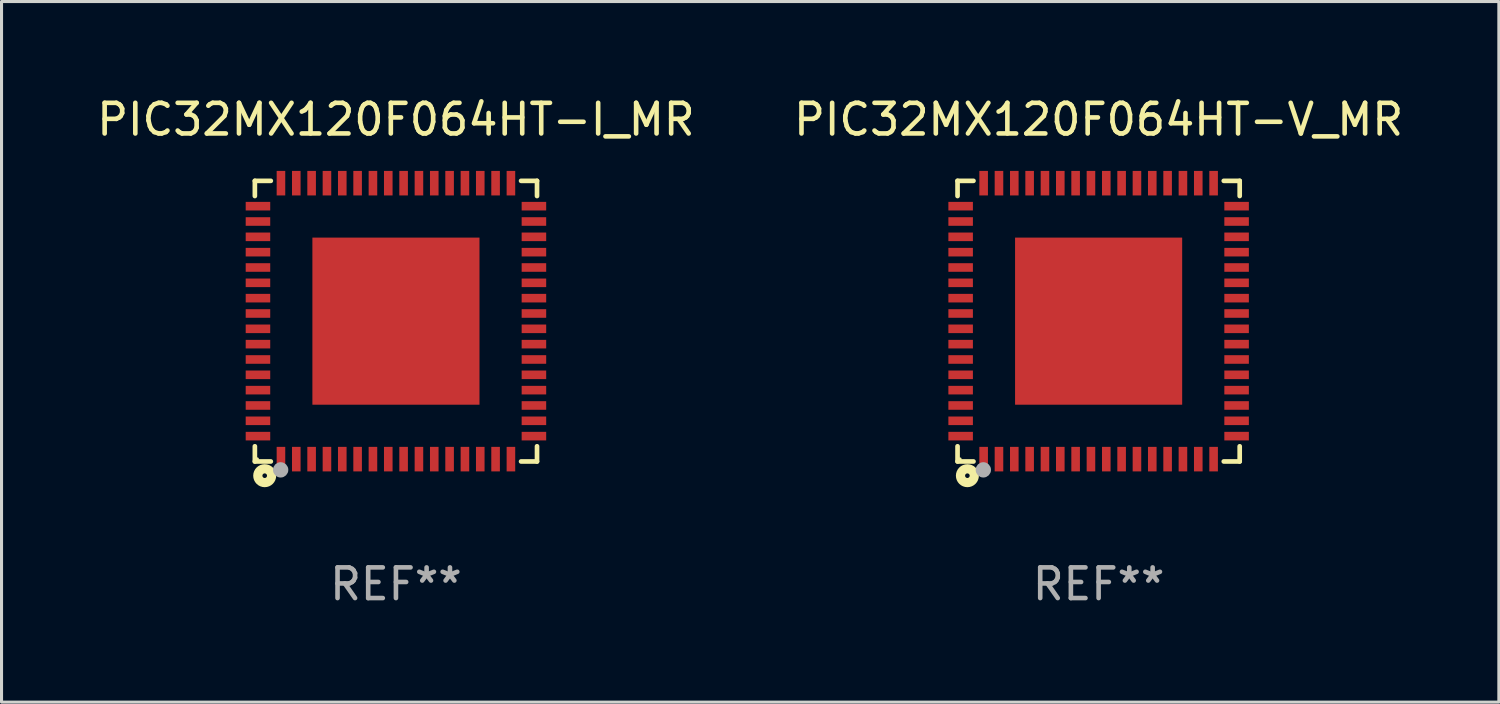
<source format=kicad_pcb>
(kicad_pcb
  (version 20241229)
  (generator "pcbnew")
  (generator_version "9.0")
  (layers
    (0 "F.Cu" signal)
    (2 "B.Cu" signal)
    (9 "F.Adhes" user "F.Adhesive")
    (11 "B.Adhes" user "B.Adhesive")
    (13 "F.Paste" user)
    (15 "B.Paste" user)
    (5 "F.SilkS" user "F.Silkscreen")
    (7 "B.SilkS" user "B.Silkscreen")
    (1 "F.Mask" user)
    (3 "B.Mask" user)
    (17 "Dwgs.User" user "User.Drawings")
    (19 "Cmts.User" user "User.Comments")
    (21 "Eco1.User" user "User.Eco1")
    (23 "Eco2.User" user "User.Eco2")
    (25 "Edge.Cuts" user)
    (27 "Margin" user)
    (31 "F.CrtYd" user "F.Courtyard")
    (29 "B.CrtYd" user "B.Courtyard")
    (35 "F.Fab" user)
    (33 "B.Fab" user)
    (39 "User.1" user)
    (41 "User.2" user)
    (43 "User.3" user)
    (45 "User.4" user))
  (footprint "PIC32MX120F064HT-I_MR"
    (layer "F.Cu")
    (at 9.863 7.424)
    (property "Reference" "PIC32MX120F064HT-I_MR" (at 0 -6.576 0) (layer "F.SilkS") (effects (font (size 1 1) (thickness 0.15))))
    (attr through_hole)
    (fp_line (start -4.601 -4.576) (end -4.081 -4.576) (stroke (width 0.152) (type solid)) (layer "F.SilkS"))
    (fp_line (start -4.601 -4.081) (end -4.601 -4.576) (stroke (width 0.152) (type solid)) (layer "F.SilkS"))
    (fp_line (start -4.601 4.081) (end -4.601 4.576) (stroke (width 0.152) (type solid)) (layer "F.SilkS"))
    (fp_line (start -4.601 4.576) (end -4.081 4.576) (stroke (width 0.152) (type solid)) (layer "F.SilkS"))
    (fp_line (start 4.601 -4.576) (end 4.081 -4.576) (stroke (width 0.152) (type solid)) (layer "F.SilkS"))
    (fp_line (start 4.601 -4.081) (end 4.601 -4.576) (stroke (width 0.152) (type solid)) (layer "F.SilkS"))
    (fp_line (start 4.601 4.081) (end 4.601 4.576) (stroke (width 0.152) (type solid)) (layer "F.SilkS"))
    (fp_line (start 4.601 4.576) (end 4.081 4.576) (stroke (width 0.152) (type solid)) (layer "F.SilkS"))
    (fp_circle (center -4.525 4.5) (end -4.495 4.5) (stroke (width 0.06) (type solid)) (fill no) (layer "F.SilkS"))
    (fp_circle (center -4.28 5.04) (end -4.205 5.04) (stroke (width 0.3) (type solid)) (fill no) (layer "F.SilkS"))
    (fp_circle (center -3.76 4.85) (end -3.635 4.85) (stroke (width 0.25) (type solid)) (fill no) (layer "F.Fab"))
    (fp_text user "REF**" (at 0 8.576 0) (layer "F.Fab") (effects (font (size 1 1) (thickness 0.15))))
    (pad "1" smd rect (at -3.75 4.5) (size 0.28 0.8) (layers "F.Cu" "F.Mask" "F.Paste"))
    (pad "2" smd rect (at -3.25 4.5) (size 0.28 0.8) (layers "F.Cu" "F.Mask" "F.Paste"))
    (pad "3" smd rect (at -2.75 4.5) (size 0.28 0.8) (layers "F.Cu" "F.Mask" "F.Paste"))
    (pad "4" smd rect (at -2.25 4.5) (size 0.28 0.8) (layers "F.Cu" "F.Mask" "F.Paste"))
    (pad "5" smd rect (at -1.75 4.5) (size 0.28 0.8) (layers "F.Cu" "F.Mask" "F.Paste"))
    (pad "6" smd rect (at -1.25 4.5) (size 0.28 0.8) (layers "F.Cu" "F.Mask" "F.Paste"))
    (pad "7" smd rect (at -0.75 4.5) (size 0.28 0.8) (layers "F.Cu" "F.Mask" "F.Paste"))
    (pad "8" smd rect (at -0.25 4.5) (size 0.28 0.8) (layers "F.Cu" "F.Mask" "F.Paste"))
    (pad "9" smd rect (at 0.25 4.5) (size 0.28 0.8) (layers "F.Cu" "F.Mask" "F.Paste"))
    (pad "10" smd rect (at 0.75 4.5) (size 0.28 0.8) (layers "F.Cu" "F.Mask" "F.Paste"))
    (pad "11" smd rect (at 1.25 4.5) (size 0.28 0.8) (layers "F.Cu" "F.Mask" "F.Paste"))
    (pad "12" smd rect (at 1.75 4.5) (size 0.28 0.8) (layers "F.Cu" "F.Mask" "F.Paste"))
    (pad "13" smd rect (at 2.25 4.5) (size 0.28 0.8) (layers "F.Cu" "F.Mask" "F.Paste"))
    (pad "14" smd rect (at 2.75 4.5) (size 0.28 0.8) (layers "F.Cu" "F.Mask" "F.Paste"))
    (pad "15" smd rect (at 3.25 4.5) (size 0.28 0.8) (layers "F.Cu" "F.Mask" "F.Paste"))
    (pad "16" smd rect (at 3.75 4.5) (size 0.28 0.8) (layers "F.Cu" "F.Mask" "F.Paste"))
    (pad "17" smd rect (at 4.5 3.75) (size 0.8 0.28) (layers "F.Cu" "F.Mask" "F.Paste"))
    (pad "18" smd rect (at 4.5 3.25) (size 0.8 0.28) (layers "F.Cu" "F.Mask" "F.Paste"))
    (pad "19" smd rect (at 4.5 2.75) (size 0.8 0.28) (layers "F.Cu" "F.Mask" "F.Paste"))
    (pad "20" smd rect (at 4.5 2.25) (size 0.8 0.28) (layers "F.Cu" "F.Mask" "F.Paste"))
    (pad "21" smd rect (at 4.5 1.75) (size 0.8 0.28) (layers "F.Cu" "F.Mask" "F.Paste"))
    (pad "22" smd rect (at 4.5 1.25) (size 0.8 0.28) (layers "F.Cu" "F.Mask" "F.Paste"))
    (pad "23" smd rect (at 4.5 0.75) (size 0.8 0.28) (layers "F.Cu" "F.Mask" "F.Paste"))
    (pad "24" smd rect (at 4.5 0.25) (size 0.8 0.28) (layers "F.Cu" "F.Mask" "F.Paste"))
    (pad "25" smd rect (at 4.5 -0.25) (size 0.8 0.28) (layers "F.Cu" "F.Mask" "F.Paste"))
    (pad "26" smd rect (at 4.5 -0.75) (size 0.8 0.28) (layers "F.Cu" "F.Mask" "F.Paste"))
    (pad "27" smd rect (at 4.5 -1.25) (size 0.8 0.28) (layers "F.Cu" "F.Mask" "F.Paste"))
    (pad "28" smd rect (at 4.5 -1.75) (size 0.8 0.28) (layers "F.Cu" "F.Mask" "F.Paste"))
    (pad "29" smd rect (at 4.5 -2.25) (size 0.8 0.28) (layers "F.Cu" "F.Mask" "F.Paste"))
    (pad "30" smd rect (at 4.5 -2.75) (size 0.8 0.28) (layers "F.Cu" "F.Mask" "F.Paste"))
    (pad "31" smd rect (at 4.5 -3.25) (size 0.8 0.28) (layers "F.Cu" "F.Mask" "F.Paste"))
    (pad "32" smd rect (at 4.5 -3.75) (size 0.8 0.28) (layers "F.Cu" "F.Mask" "F.Paste"))
    (pad "33" smd rect (at 3.75 -4.5) (size 0.28 0.8) (layers "F.Cu" "F.Mask" "F.Paste"))
    (pad "34" smd rect (at 3.25 -4.5) (size 0.28 0.8) (layers "F.Cu" "F.Mask" "F.Paste"))
    (pad "35" smd rect (at 2.75 -4.5) (size 0.28 0.8) (layers "F.Cu" "F.Mask" "F.Paste"))
    (pad "36" smd rect (at 2.25 -4.5) (size 0.28 0.8) (layers "F.Cu" "F.Mask" "F.Paste"))
    (pad "37" smd rect (at 1.75 -4.5) (size 0.28 0.8) (layers "F.Cu" "F.Mask" "F.Paste"))
    (pad "38" smd rect (at 1.25 -4.5) (size 0.28 0.8) (layers "F.Cu" "F.Mask" "F.Paste"))
    (pad "39" smd rect (at 0.75 -4.5) (size 0.28 0.8) (layers "F.Cu" "F.Mask" "F.Paste"))
    (pad "40" smd rect (at 0.25 -4.5) (size 0.28 0.8) (layers "F.Cu" "F.Mask" "F.Paste"))
    (pad "41" smd rect (at -0.25 -4.5) (size 0.28 0.8) (layers "F.Cu" "F.Mask" "F.Paste"))
    (pad "42" smd rect (at -0.75 -4.5) (size 0.28 0.8) (layers "F.Cu" "F.Mask" "F.Paste"))
    (pad "43" smd rect (at -1.25 -4.5) (size 0.28 0.8) (layers "F.Cu" "F.Mask" "F.Paste"))
    (pad "44" smd rect (at -1.75 -4.5) (size 0.28 0.8) (layers "F.Cu" "F.Mask" "F.Paste"))
    (pad "45" smd rect (at -2.25 -4.5) (size 0.28 0.8) (layers "F.Cu" "F.Mask" "F.Paste"))
    (pad "46" smd rect (at -2.75 -4.5) (size 0.28 0.8) (layers "F.Cu" "F.Mask" "F.Paste"))
    (pad "47" smd rect (at -3.25 -4.5) (size 0.28 0.8) (layers "F.Cu" "F.Mask" "F.Paste"))
    (pad "48" smd rect (at -3.75 -4.5) (size 0.28 0.8) (layers "F.Cu" "F.Mask" "F.Paste"))
    (pad "49" smd rect (at -4.5 -3.75) (size 0.8 0.28) (layers "F.Cu" "F.Mask" "F.Paste"))
    (pad "50" smd rect (at -4.5 -3.25) (size 0.8 0.28) (layers "F.Cu" "F.Mask" "F.Paste"))
    (pad "51" smd rect (at -4.5 -2.75) (size 0.8 0.28) (layers "F.Cu" "F.Mask" "F.Paste"))
    (pad "52" smd rect (at -4.5 -2.25) (size 0.8 0.28) (layers "F.Cu" "F.Mask" "F.Paste"))
    (pad "53" smd rect (at -4.5 -1.75) (size 0.8 0.28) (layers "F.Cu" "F.Mask" "F.Paste"))
    (pad "54" smd rect (at -4.5 -1.25) (size 0.8 0.28) (layers "F.Cu" "F.Mask" "F.Paste"))
    (pad "55" smd rect (at -4.5 -0.75) (size 0.8 0.28) (layers "F.Cu" "F.Mask" "F.Paste"))
    (pad "56" smd rect (at -4.5 -0.25) (size 0.8 0.28) (layers "F.Cu" "F.Mask" "F.Paste"))
    (pad "57" smd rect (at -4.5 0.25) (size 0.8 0.28) (layers "F.Cu" "F.Mask" "F.Paste"))
    (pad "58" smd rect (at -4.5 0.75) (size 0.8 0.28) (layers "F.Cu" "F.Mask" "F.Paste"))
    (pad "59" smd rect (at -4.5 1.25) (size 0.8 0.28) (layers "F.Cu" "F.Mask" "F.Paste"))
    (pad "60" smd rect (at -4.5 1.75) (size 0.8 0.28) (layers "F.Cu" "F.Mask" "F.Paste"))
    (pad "61" smd rect (at -4.5 2.25) (size 0.8 0.28) (layers "F.Cu" "F.Mask" "F.Paste"))
    (pad "62" smd rect (at -4.5 2.75) (size 0.8 0.28) (layers "F.Cu" "F.Mask" "F.Paste"))
    (pad "63" smd rect (at -4.5 3.25) (size 0.8 0.28) (layers "F.Cu" "F.Mask" "F.Paste"))
    (pad "64" smd rect (at -4.5 3.75) (size 0.8 0.28) (layers "F.Cu" "F.Mask" "F.Paste"))
    (pad "65" smd rect (at 0 0) (size 5.45 5.45) (layers "F.Cu" "F.Mask" "F.Paste")))
  (footprint "PIC32MX120F064HT-V_MR"
    (layer "F.Cu")
    (at 32.78 7.424)
    (property "Reference" "PIC32MX120F064HT-V_MR" (at 0 -6.576 0) (layer "F.SilkS") (effects (font (size 1 1) (thickness 0.15))))
    (attr through_hole)
    (fp_line (start -4.601 -4.576) (end -4.081 -4.576) (stroke (width 0.152) (type solid)) (layer "F.SilkS"))
    (fp_line (start -4.601 -4.081) (end -4.601 -4.576) (stroke (width 0.152) (type solid)) (layer "F.SilkS"))
    (fp_line (start -4.601 4.081) (end -4.601 4.576) (stroke (width 0.152) (type solid)) (layer "F.SilkS"))
    (fp_line (start -4.601 4.576) (end -4.081 4.576) (stroke (width 0.152) (type solid)) (layer "F.SilkS"))
    (fp_line (start 4.601 -4.576) (end 4.081 -4.576) (stroke (width 0.152) (type solid)) (layer "F.SilkS"))
    (fp_line (start 4.601 -4.081) (end 4.601 -4.576) (stroke (width 0.152) (type solid)) (layer "F.SilkS"))
    (fp_line (start 4.601 4.081) (end 4.601 4.576) (stroke (width 0.152) (type solid)) (layer "F.SilkS"))
    (fp_line (start 4.601 4.576) (end 4.081 4.576) (stroke (width 0.152) (type solid)) (layer "F.SilkS"))
    (fp_circle (center -4.525 4.5) (end -4.495 4.5) (stroke (width 0.06) (type solid)) (fill no) (layer "F.SilkS"))
    (fp_circle (center -4.28 5.04) (end -4.205 5.04) (stroke (width 0.3) (type solid)) (fill no) (layer "F.SilkS"))
    (fp_circle (center -3.76 4.85) (end -3.635 4.85) (stroke (width 0.25) (type solid)) (fill no) (layer "F.Fab"))
    (fp_text user "REF**" (at 0 8.576 0) (layer "F.Fab") (effects (font (size 1 1) (thickness 0.15))))
    (pad "1" smd rect (at -3.75 4.5) (size 0.28 0.8) (layers "F.Cu" "F.Mask" "F.Paste"))
    (pad "2" smd rect (at -3.25 4.5) (size 0.28 0.8) (layers "F.Cu" "F.Mask" "F.Paste"))
    (pad "3" smd rect (at -2.75 4.5) (size 0.28 0.8) (layers "F.Cu" "F.Mask" "F.Paste"))
    (pad "4" smd rect (at -2.25 4.5) (size 0.28 0.8) (layers "F.Cu" "F.Mask" "F.Paste"))
    (pad "5" smd rect (at -1.75 4.5) (size 0.28 0.8) (layers "F.Cu" "F.Mask" "F.Paste"))
    (pad "6" smd rect (at -1.25 4.5) (size 0.28 0.8) (layers "F.Cu" "F.Mask" "F.Paste"))
    (pad "7" smd rect (at -0.75 4.5) (size 0.28 0.8) (layers "F.Cu" "F.Mask" "F.Paste"))
    (pad "8" smd rect (at -0.25 4.5) (size 0.28 0.8) (layers "F.Cu" "F.Mask" "F.Paste"))
    (pad "9" smd rect (at 0.25 4.5) (size 0.28 0.8) (layers "F.Cu" "F.Mask" "F.Paste"))
    (pad "10" smd rect (at 0.75 4.5) (size 0.28 0.8) (layers "F.Cu" "F.Mask" "F.Paste"))
    (pad "11" smd rect (at 1.25 4.5) (size 0.28 0.8) (layers "F.Cu" "F.Mask" "F.Paste"))
    (pad "12" smd rect (at 1.75 4.5) (size 0.28 0.8) (layers "F.Cu" "F.Mask" "F.Paste"))
    (pad "13" smd rect (at 2.25 4.5) (size 0.28 0.8) (layers "F.Cu" "F.Mask" "F.Paste"))
    (pad "14" smd rect (at 2.75 4.5) (size 0.28 0.8) (layers "F.Cu" "F.Mask" "F.Paste"))
    (pad "15" smd rect (at 3.25 4.5) (size 0.28 0.8) (layers "F.Cu" "F.Mask" "F.Paste"))
    (pad "16" smd rect (at 3.75 4.5) (size 0.28 0.8) (layers "F.Cu" "F.Mask" "F.Paste"))
    (pad "17" smd rect (at 4.5 3.75) (size 0.8 0.28) (layers "F.Cu" "F.Mask" "F.Paste"))
    (pad "18" smd rect (at 4.5 3.25) (size 0.8 0.28) (layers "F.Cu" "F.Mask" "F.Paste"))
    (pad "19" smd rect (at 4.5 2.75) (size 0.8 0.28) (layers "F.Cu" "F.Mask" "F.Paste"))
    (pad "20" smd rect (at 4.5 2.25) (size 0.8 0.28) (layers "F.Cu" "F.Mask" "F.Paste"))
    (pad "21" smd rect (at 4.5 1.75) (size 0.8 0.28) (layers "F.Cu" "F.Mask" "F.Paste"))
    (pad "22" smd rect (at 4.5 1.25) (size 0.8 0.28) (layers "F.Cu" "F.Mask" "F.Paste"))
    (pad "23" smd rect (at 4.5 0.75) (size 0.8 0.28) (layers "F.Cu" "F.Mask" "F.Paste"))
    (pad "24" smd rect (at 4.5 0.25) (size 0.8 0.28) (layers "F.Cu" "F.Mask" "F.Paste"))
    (pad "25" smd rect (at 4.5 -0.25) (size 0.8 0.28) (layers "F.Cu" "F.Mask" "F.Paste"))
    (pad "26" smd rect (at 4.5 -0.75) (size 0.8 0.28) (layers "F.Cu" "F.Mask" "F.Paste"))
    (pad "27" smd rect (at 4.5 -1.25) (size 0.8 0.28) (layers "F.Cu" "F.Mask" "F.Paste"))
    (pad "28" smd rect (at 4.5 -1.75) (size 0.8 0.28) (layers "F.Cu" "F.Mask" "F.Paste"))
    (pad "29" smd rect (at 4.5 -2.25) (size 0.8 0.28) (layers "F.Cu" "F.Mask" "F.Paste"))
    (pad "30" smd rect (at 4.5 -2.75) (size 0.8 0.28) (layers "F.Cu" "F.Mask" "F.Paste"))
    (pad "31" smd rect (at 4.5 -3.25) (size 0.8 0.28) (layers "F.Cu" "F.Mask" "F.Paste"))
    (pad "32" smd rect (at 4.5 -3.75) (size 0.8 0.28) (layers "F.Cu" "F.Mask" "F.Paste"))
    (pad "33" smd rect (at 3.75 -4.5) (size 0.28 0.8) (layers "F.Cu" "F.Mask" "F.Paste"))
    (pad "34" smd rect (at 3.25 -4.5) (size 0.28 0.8) (layers "F.Cu" "F.Mask" "F.Paste"))
    (pad "35" smd rect (at 2.75 -4.5) (size 0.28 0.8) (layers "F.Cu" "F.Mask" "F.Paste"))
    (pad "36" smd rect (at 2.25 -4.5) (size 0.28 0.8) (layers "F.Cu" "F.Mask" "F.Paste"))
    (pad "37" smd rect (at 1.75 -4.5) (size 0.28 0.8) (layers "F.Cu" "F.Mask" "F.Paste"))
    (pad "38" smd rect (at 1.25 -4.5) (size 0.28 0.8) (layers "F.Cu" "F.Mask" "F.Paste"))
    (pad "39" smd rect (at 0.75 -4.5) (size 0.28 0.8) (layers "F.Cu" "F.Mask" "F.Paste"))
    (pad "40" smd rect (at 0.25 -4.5) (size 0.28 0.8) (layers "F.Cu" "F.Mask" "F.Paste"))
    (pad "41" smd rect (at -0.25 -4.5) (size 0.28 0.8) (layers "F.Cu" "F.Mask" "F.Paste"))
    (pad "42" smd rect (at -0.75 -4.5) (size 0.28 0.8) (layers "F.Cu" "F.Mask" "F.Paste"))
    (pad "43" smd rect (at -1.25 -4.5) (size 0.28 0.8) (layers "F.Cu" "F.Mask" "F.Paste"))
    (pad "44" smd rect (at -1.75 -4.5) (size 0.28 0.8) (layers "F.Cu" "F.Mask" "F.Paste"))
    (pad "45" smd rect (at -2.25 -4.5) (size 0.28 0.8) (layers "F.Cu" "F.Mask" "F.Paste"))
    (pad "46" smd rect (at -2.75 -4.5) (size 0.28 0.8) (layers "F.Cu" "F.Mask" "F.Paste"))
    (pad "47" smd rect (at -3.25 -4.5) (size 0.28 0.8) (layers "F.Cu" "F.Mask" "F.Paste"))
    (pad "48" smd rect (at -3.75 -4.5) (size 0.28 0.8) (layers "F.Cu" "F.Mask" "F.Paste"))
    (pad "49" smd rect (at -4.5 -3.75) (size 0.8 0.28) (layers "F.Cu" "F.Mask" "F.Paste"))
    (pad "50" smd rect (at -4.5 -3.25) (size 0.8 0.28) (layers "F.Cu" "F.Mask" "F.Paste"))
    (pad "51" smd rect (at -4.5 -2.75) (size 0.8 0.28) (layers "F.Cu" "F.Mask" "F.Paste"))
    (pad "52" smd rect (at -4.5 -2.25) (size 0.8 0.28) (layers "F.Cu" "F.Mask" "F.Paste"))
    (pad "53" smd rect (at -4.5 -1.75) (size 0.8 0.28) (layers "F.Cu" "F.Mask" "F.Paste"))
    (pad "54" smd rect (at -4.5 -1.25) (size 0.8 0.28) (layers "F.Cu" "F.Mask" "F.Paste"))
    (pad "55" smd rect (at -4.5 -0.75) (size 0.8 0.28) (layers "F.Cu" "F.Mask" "F.Paste"))
    (pad "56" smd rect (at -4.5 -0.25) (size 0.8 0.28) (layers "F.Cu" "F.Mask" "F.Paste"))
    (pad "57" smd rect (at -4.5 0.25) (size 0.8 0.28) (layers "F.Cu" "F.Mask" "F.Paste"))
    (pad "58" smd rect (at -4.5 0.75) (size 0.8 0.28) (layers "F.Cu" "F.Mask" "F.Paste"))
    (pad "59" smd rect (at -4.5 1.25) (size 0.8 0.28) (layers "F.Cu" "F.Mask" "F.Paste"))
    (pad "60" smd rect (at -4.5 1.75) (size 0.8 0.28) (layers "F.Cu" "F.Mask" "F.Paste"))
    (pad "61" smd rect (at -4.5 2.25) (size 0.8 0.28) (layers "F.Cu" "F.Mask" "F.Paste"))
    (pad "62" smd rect (at -4.5 2.75) (size 0.8 0.28) (layers "F.Cu" "F.Mask" "F.Paste"))
    (pad "63" smd rect (at -4.5 3.25) (size 0.8 0.28) (layers "F.Cu" "F.Mask" "F.Paste"))
    (pad "64" smd rect (at -4.5 3.75) (size 0.8 0.28) (layers "F.Cu" "F.Mask" "F.Paste"))
    (pad "65" smd rect (at 0 0) (size 5.45 5.45) (layers "F.Cu" "F.Mask" "F.Paste")))
  (gr_rect
    (start -3 -3)
    (end 45.833 19.849)
    (stroke (width 0.1) (type default))
    (fill no)
    (layer "Edge.Cuts")))
</source>
